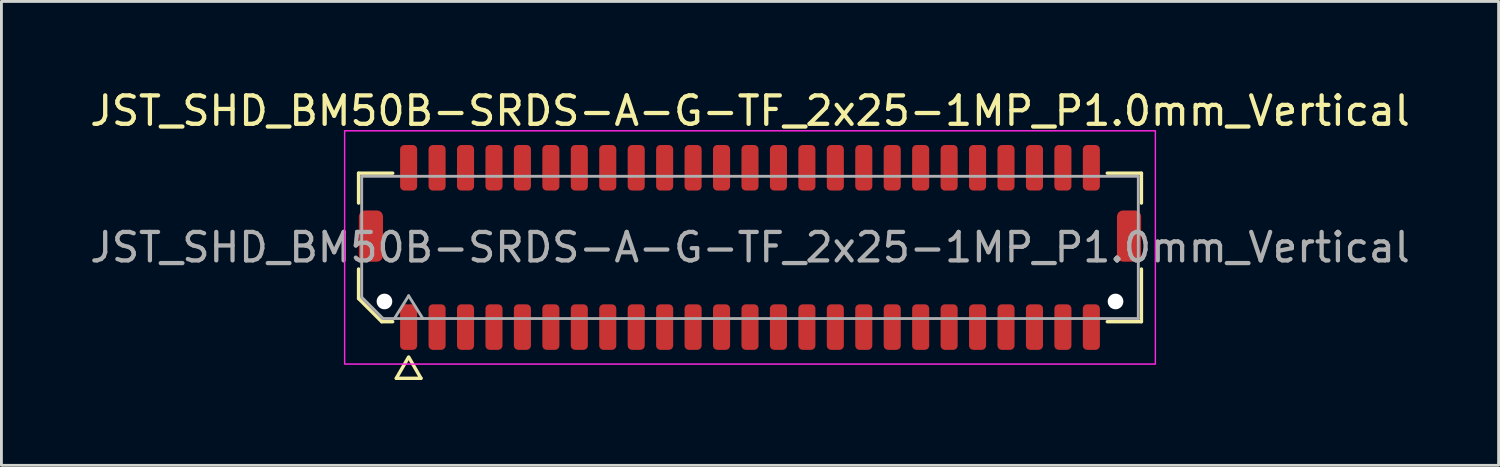
<source format=kicad_pcb>
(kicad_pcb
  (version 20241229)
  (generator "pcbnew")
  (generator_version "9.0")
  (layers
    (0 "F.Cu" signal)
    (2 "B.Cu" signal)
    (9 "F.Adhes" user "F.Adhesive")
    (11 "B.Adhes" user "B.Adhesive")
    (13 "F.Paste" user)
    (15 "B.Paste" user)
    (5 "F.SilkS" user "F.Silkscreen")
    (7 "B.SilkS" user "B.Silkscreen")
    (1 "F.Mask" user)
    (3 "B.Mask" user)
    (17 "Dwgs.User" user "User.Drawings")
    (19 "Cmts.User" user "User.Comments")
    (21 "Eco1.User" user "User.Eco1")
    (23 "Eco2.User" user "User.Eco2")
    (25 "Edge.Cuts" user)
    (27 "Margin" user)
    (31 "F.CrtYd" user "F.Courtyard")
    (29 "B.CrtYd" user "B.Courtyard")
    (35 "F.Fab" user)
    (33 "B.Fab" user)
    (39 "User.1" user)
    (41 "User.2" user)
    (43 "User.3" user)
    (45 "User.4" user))
  (footprint "JST_SHD_BM50B-SRDS-A-G-TF_2x25-1MP_P1.0mm_Vertical"
    (layer "F.Cu")
    (at 23.315 5.648)
    (property "Reference" "JST_SHD_BM50B-SRDS-A-G-TF_2x25-1MP_P1.0mm_Vertical" (at 0 -4.8 0) (layer "F.SilkS") (effects (font (size 1 1) (thickness 0.15))))
    (attr smd)
    (fp_line (start -13.76 -2.61) (end -12.56 -2.61) (stroke (width 0.12) (type solid)) (layer "F.SilkS"))
    (fp_line (start -13.76 -1.56) (end -13.76 -2.61) (stroke (width 0.12) (type solid)) (layer "F.SilkS"))
    (fp_line (start -13.76 1.796) (end -13.76 0.76) (stroke (width 0.12) (type solid)) (layer "F.SilkS"))
    (fp_line (start -12.946 2.61) (end -13.76 1.796) (stroke (width 0.12) (type solid)) (layer "F.SilkS"))
    (fp_line (start -12.56 2.61) (end -12.946 2.61) (stroke (width 0.12) (type solid)) (layer "F.SilkS"))
    (fp_line (start -12.433 4.6) (end -12.006 3.86) (stroke (width 0.12) (type solid)) (layer "F.SilkS"))
    (fp_line (start -11.994 3.86) (end -11.567 4.6) (stroke (width 0.12) (type solid)) (layer "F.SilkS"))
    (fp_line (start -11.567 4.6) (end -12.433 4.6) (stroke (width 0.12) (type solid)) (layer "F.SilkS"))
    (fp_line (start 12.56 -2.61) (end 13.76 -2.61) (stroke (width 0.12) (type solid)) (layer "F.SilkS"))
    (fp_line (start 13.76 -2.61) (end 13.76 -1.56) (stroke (width 0.12) (type solid)) (layer "F.SilkS"))
    (fp_line (start 13.76 0.76) (end 13.76 2.61) (stroke (width 0.12) (type solid)) (layer "F.SilkS"))
    (fp_line (start 13.76 2.61) (end 12.56 2.61) (stroke (width 0.12) (type solid)) (layer "F.SilkS"))
    (fp_rect (start -14.25 -4.1) (end 14.25 4.1) (stroke (width 0.05) (type solid)) (fill no) (layer "F.CrtYd"))
    (fp_line (start -13.65 -2.5) (end 13.65 -2.5) (stroke (width 0.1) (type solid)) (layer "F.Fab"))
    (fp_line (start -13.65 1.75) (end -13.65 -2.5) (stroke (width 0.1) (type solid)) (layer "F.Fab"))
    (fp_line (start -12.9 2.5) (end -13.65 1.75) (stroke (width 0.1) (type solid)) (layer "F.Fab"))
    (fp_line (start -12.5 2.5) (end -12 1.7) (stroke (width 0.1) (type solid)) (layer "F.Fab"))
    (fp_line (start -12 1.7) (end -11.5 2.5) (stroke (width 0.1) (type solid)) (layer "F.Fab"))
    (fp_line (start 13.65 -2.5) (end 13.65 2.5) (stroke (width 0.1) (type solid)) (layer "F.Fab"))
    (fp_line (start 13.65 2.5) (end -12.9 2.5) (stroke (width 0.1) (type solid)) (layer "F.Fab"))
    (fp_text user "${REFERENCE}" (at 0 0 0) (layer "F.Fab") (effects (font (size 1 1) (thickness 0.15))))
    (pad "" np_thru_hole circle (at -12.85 1.9) (size 0.55 0.55) (drill 0.55) (layers "*.Cu" "*.Mask"))
    (pad "" np_thru_hole circle (at 12.85 1.9) (size 0.55 0.55) (drill 0.55) (layers "*.Cu" "*.Mask"))
    (pad "1" smd roundrect (at -12 2.8) (size 0.6 1.6) (layers "F.Cu" "F.Mask" "F.Paste") (roundrect_rratio 0.25))
    (pad "2" smd roundrect (at -12 -2.8) (size 0.6 1.6) (layers "F.Cu" "F.Mask" "F.Paste") (roundrect_rratio 0.25))
    (pad "3" smd roundrect (at -11 2.8) (size 0.6 1.6) (layers "F.Cu" "F.Mask" "F.Paste") (roundrect_rratio 0.25))
    (pad "4" smd roundrect (at -11 -2.8) (size 0.6 1.6) (layers "F.Cu" "F.Mask" "F.Paste") (roundrect_rratio 0.25))
    (pad "5" smd roundrect (at -10 2.8) (size 0.6 1.6) (layers "F.Cu" "F.Mask" "F.Paste") (roundrect_rratio 0.25))
    (pad "6" smd roundrect (at -10 -2.8) (size 0.6 1.6) (layers "F.Cu" "F.Mask" "F.Paste") (roundrect_rratio 0.25))
    (pad "7" smd roundrect (at -9 2.8) (size 0.6 1.6) (layers "F.Cu" "F.Mask" "F.Paste") (roundrect_rratio 0.25))
    (pad "8" smd roundrect (at -9 -2.8) (size 0.6 1.6) (layers "F.Cu" "F.Mask" "F.Paste") (roundrect_rratio 0.25))
    (pad "9" smd roundrect (at -8 2.8) (size 0.6 1.6) (layers "F.Cu" "F.Mask" "F.Paste") (roundrect_rratio 0.25))
    (pad "10" smd roundrect (at -8 -2.8) (size 0.6 1.6) (layers "F.Cu" "F.Mask" "F.Paste") (roundrect_rratio 0.25))
    (pad "11" smd roundrect (at -7 2.8) (size 0.6 1.6) (layers "F.Cu" "F.Mask" "F.Paste") (roundrect_rratio 0.25))
    (pad "12" smd roundrect (at -7 -2.8) (size 0.6 1.6) (layers "F.Cu" "F.Mask" "F.Paste") (roundrect_rratio 0.25))
    (pad "13" smd roundrect (at -6 2.8) (size 0.6 1.6) (layers "F.Cu" "F.Mask" "F.Paste") (roundrect_rratio 0.25))
    (pad "14" smd roundrect (at -6 -2.8) (size 0.6 1.6) (layers "F.Cu" "F.Mask" "F.Paste") (roundrect_rratio 0.25))
    (pad "15" smd roundrect (at -5 2.8) (size 0.6 1.6) (layers "F.Cu" "F.Mask" "F.Paste") (roundrect_rratio 0.25))
    (pad "16" smd roundrect (at -5 -2.8) (size 0.6 1.6) (layers "F.Cu" "F.Mask" "F.Paste") (roundrect_rratio 0.25))
    (pad "17" smd roundrect (at -4 2.8) (size 0.6 1.6) (layers "F.Cu" "F.Mask" "F.Paste") (roundrect_rratio 0.25))
    (pad "18" smd roundrect (at -4 -2.8) (size 0.6 1.6) (layers "F.Cu" "F.Mask" "F.Paste") (roundrect_rratio 0.25))
    (pad "19" smd roundrect (at -3 2.8) (size 0.6 1.6) (layers "F.Cu" "F.Mask" "F.Paste") (roundrect_rratio 0.25))
    (pad "20" smd roundrect (at -3 -2.8) (size 0.6 1.6) (layers "F.Cu" "F.Mask" "F.Paste") (roundrect_rratio 0.25))
    (pad "21" smd roundrect (at -2 2.8) (size 0.6 1.6) (layers "F.Cu" "F.Mask" "F.Paste") (roundrect_rratio 0.25))
    (pad "22" smd roundrect (at -2 -2.8) (size 0.6 1.6) (layers "F.Cu" "F.Mask" "F.Paste") (roundrect_rratio 0.25))
    (pad "23" smd roundrect (at -1 2.8) (size 0.6 1.6) (layers "F.Cu" "F.Mask" "F.Paste") (roundrect_rratio 0.25))
    (pad "24" smd roundrect (at -1 -2.8) (size 0.6 1.6) (layers "F.Cu" "F.Mask" "F.Paste") (roundrect_rratio 0.25))
    (pad "25" smd roundrect (at 0 2.8) (size 0.6 1.6) (layers "F.Cu" "F.Mask" "F.Paste") (roundrect_rratio 0.25))
    (pad "26" smd roundrect (at 0 -2.8) (size 0.6 1.6) (layers "F.Cu" "F.Mask" "F.Paste") (roundrect_rratio 0.25))
    (pad "27" smd roundrect (at 1 2.8) (size 0.6 1.6) (layers "F.Cu" "F.Mask" "F.Paste") (roundrect_rratio 0.25))
    (pad "28" smd roundrect (at 1 -2.8) (size 0.6 1.6) (layers "F.Cu" "F.Mask" "F.Paste") (roundrect_rratio 0.25))
    (pad "29" smd roundrect (at 2 2.8) (size 0.6 1.6) (layers "F.Cu" "F.Mask" "F.Paste") (roundrect_rratio 0.25))
    (pad "30" smd roundrect (at 2 -2.8) (size 0.6 1.6) (layers "F.Cu" "F.Mask" "F.Paste") (roundrect_rratio 0.25))
    (pad "31" smd roundrect (at 3 2.8) (size 0.6 1.6) (layers "F.Cu" "F.Mask" "F.Paste") (roundrect_rratio 0.25))
    (pad "32" smd roundrect (at 3 -2.8) (size 0.6 1.6) (layers "F.Cu" "F.Mask" "F.Paste") (roundrect_rratio 0.25))
    (pad "33" smd roundrect (at 4 2.8) (size 0.6 1.6) (layers "F.Cu" "F.Mask" "F.Paste") (roundrect_rratio 0.25))
    (pad "34" smd roundrect (at 4 -2.8) (size 0.6 1.6) (layers "F.Cu" "F.Mask" "F.Paste") (roundrect_rratio 0.25))
    (pad "35" smd roundrect (at 5 2.8) (size 0.6 1.6) (layers "F.Cu" "F.Mask" "F.Paste") (roundrect_rratio 0.25))
    (pad "36" smd roundrect (at 5 -2.8) (size 0.6 1.6) (layers "F.Cu" "F.Mask" "F.Paste") (roundrect_rratio 0.25))
    (pad "37" smd roundrect (at 6 2.8) (size 0.6 1.6) (layers "F.Cu" "F.Mask" "F.Paste") (roundrect_rratio 0.25))
    (pad "38" smd roundrect (at 6 -2.8) (size 0.6 1.6) (layers "F.Cu" "F.Mask" "F.Paste") (roundrect_rratio 0.25))
    (pad "39" smd roundrect (at 7 2.8) (size 0.6 1.6) (layers "F.Cu" "F.Mask" "F.Paste") (roundrect_rratio 0.25))
    (pad "40" smd roundrect (at 7 -2.8) (size 0.6 1.6) (layers "F.Cu" "F.Mask" "F.Paste") (roundrect_rratio 0.25))
    (pad "41" smd roundrect (at 8 2.8) (size 0.6 1.6) (layers "F.Cu" "F.Mask" "F.Paste") (roundrect_rratio 0.25))
    (pad "42" smd roundrect (at 8 -2.8) (size 0.6 1.6) (layers "F.Cu" "F.Mask" "F.Paste") (roundrect_rratio 0.25))
    (pad "43" smd roundrect (at 9 2.8) (size 0.6 1.6) (layers "F.Cu" "F.Mask" "F.Paste") (roundrect_rratio 0.25))
    (pad "44" smd roundrect (at 9 -2.8) (size 0.6 1.6) (layers "F.Cu" "F.Mask" "F.Paste") (roundrect_rratio 0.25))
    (pad "45" smd roundrect (at 10 2.8) (size 0.6 1.6) (layers "F.Cu" "F.Mask" "F.Paste") (roundrect_rratio 0.25))
    (pad "46" smd roundrect (at 10 -2.8) (size 0.6 1.6) (layers "F.Cu" "F.Mask" "F.Paste") (roundrect_rratio 0.25))
    (pad "47" smd roundrect (at 11 2.8) (size 0.6 1.6) (layers "F.Cu" "F.Mask" "F.Paste") (roundrect_rratio 0.25))
    (pad "48" smd roundrect (at 11 -2.8) (size 0.6 1.6) (layers "F.Cu" "F.Mask" "F.Paste") (roundrect_rratio 0.25))
    (pad "49" smd roundrect (at 12 2.8) (size 0.6 1.6) (layers "F.Cu" "F.Mask" "F.Paste") (roundrect_rratio 0.25))
    (pad "50" smd roundrect (at 12 -2.8) (size 0.6 1.6) (layers "F.Cu" "F.Mask" "F.Paste") (roundrect_rratio 0.25))
    (pad "MP" smd roundrect (at -13.325 -0.4) (size 0.85 1.8) (layers "F.Cu" "F.Mask" "F.Paste") (roundrect_rratio 0.25))
    (pad "MP" smd roundrect (at 13.325 -0.4) (size 0.85 1.8) (layers "F.Cu" "F.Mask" "F.Paste") (roundrect_rratio 0.25)))
  (gr_rect
    (start -3 -3)
    (end 49.631 13.308)
    (stroke (width 0.1) (type default))
    (fill no)
    (layer "Edge.Cuts")))
</source>
